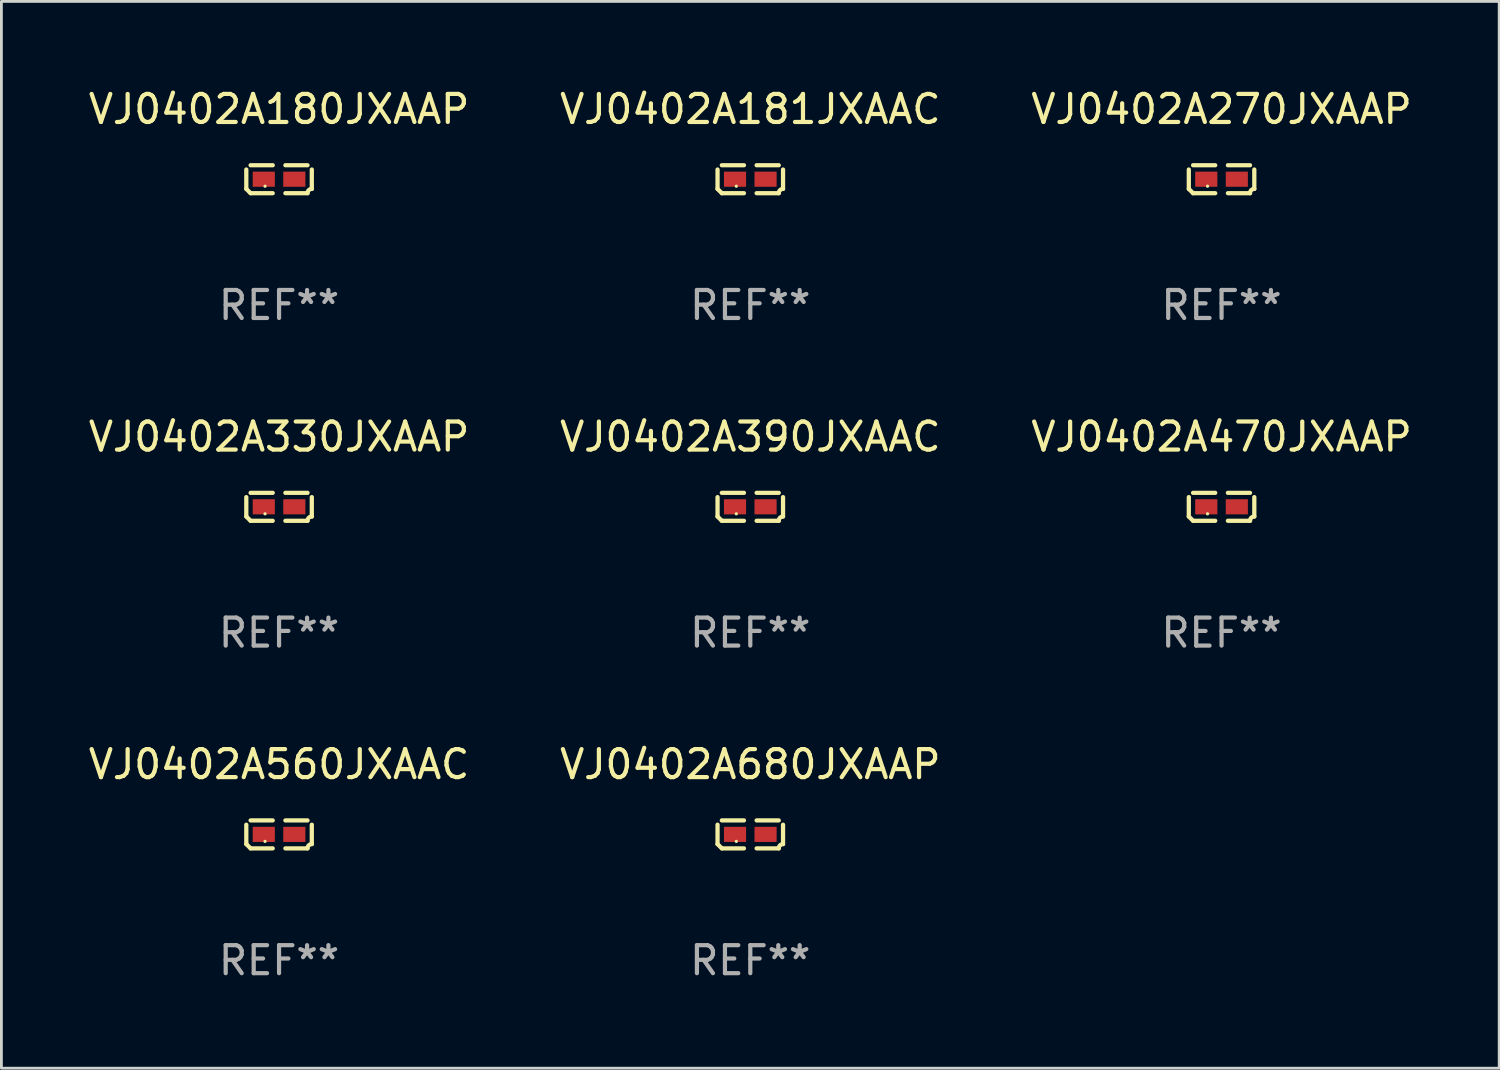
<source format=kicad_pcb>
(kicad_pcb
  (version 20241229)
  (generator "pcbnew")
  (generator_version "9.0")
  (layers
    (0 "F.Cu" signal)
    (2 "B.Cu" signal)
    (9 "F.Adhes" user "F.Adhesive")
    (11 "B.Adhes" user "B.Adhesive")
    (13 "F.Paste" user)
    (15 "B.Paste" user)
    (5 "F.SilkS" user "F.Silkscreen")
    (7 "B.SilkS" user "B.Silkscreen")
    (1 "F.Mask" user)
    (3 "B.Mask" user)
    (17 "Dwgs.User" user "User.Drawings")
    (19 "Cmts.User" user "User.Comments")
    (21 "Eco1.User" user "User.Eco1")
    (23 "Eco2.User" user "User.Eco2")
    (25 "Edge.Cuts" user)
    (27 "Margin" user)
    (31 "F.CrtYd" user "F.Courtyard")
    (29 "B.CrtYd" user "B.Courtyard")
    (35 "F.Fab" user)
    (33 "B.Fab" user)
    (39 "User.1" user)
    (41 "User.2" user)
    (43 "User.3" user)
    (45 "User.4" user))
  (footprint "VJ0402A680JXAAP"
    (layer "F.Cu")
    (at 23.732 26.734)
    (property "Reference" "VJ0402A680JXAAP" (at 0 -2.499 0) (layer "F.SilkS") (effects (font (size 1 1) (thickness 0.15))))
    (attr through_hole)
    (fp_line (start -1.169 0.346) (end -1.169 -0.346) (stroke (width 0.152) (type solid)) (layer "F.SilkS"))
    (fp_line (start -1.016 -0.499) (end -0.226 -0.499) (stroke (width 0.152) (type solid)) (layer "F.SilkS"))
    (fp_line (start -0.226 0.499) (end -1.016 0.499) (stroke (width 0.152) (type solid)) (layer "F.SilkS"))
    (fp_line (start 0.226 0.499) (end 1.016 0.499) (stroke (width 0.152) (type solid)) (layer "F.SilkS"))
    (fp_line (start 1.016 -0.499) (end 0.226 -0.499) (stroke (width 0.152) (type solid)) (layer "F.SilkS"))
    (fp_line (start 1.169 0.346) (end 1.169 -0.346) (stroke (width 0.152) (type solid)) (layer "F.SilkS"))
    (fp_arc (start -1.016307 0.498603) (mid -1.092512 0.422405) (end -1.16871 0.3462) (stroke (width 0.1524) (type solid)) (layer "F.SilkS"))
    (fp_arc (start 1.016307 0.498603) (mid 1.060899 0.390758) (end 1.168707 0.346076) (stroke (width 0.1524) (type solid)) (layer "F.SilkS"))
    (fp_circle (center -0.5 0.25) (end -0.47 0.25) (stroke (width 0.06) (type solid)) (fill no) (layer "F.SilkS"))
    (fp_text user "REF**" (at 0 4.499 0) (layer "F.Fab") (effects (font (size 1 1) (thickness 0.15))))
    (pad "1" smd rect (at -0.545 0) (size 0.79 0.54) (layers "F.Cu" "F.Mask" "F.Paste"))
    (pad "2" smd rect (at 0.545 0) (size 0.79 0.54) (layers "F.Cu" "F.Mask" "F.Paste")))
  (footprint "VJ0402A470JXAAP"
    (layer "F.Cu")
    (at 40.554 15.041)
    (property "Reference" "VJ0402A470JXAAP" (at 0 -2.499 0) (layer "F.SilkS") (effects (font (size 1 1) (thickness 0.15))))
    (attr through_hole)
    (fp_line (start -1.169 0.346) (end -1.169 -0.346) (stroke (width 0.152) (type solid)) (layer "F.SilkS"))
    (fp_line (start -1.016 -0.499) (end -0.226 -0.499) (stroke (width 0.152) (type solid)) (layer "F.SilkS"))
    (fp_line (start -0.226 0.499) (end -1.016 0.499) (stroke (width 0.152) (type solid)) (layer "F.SilkS"))
    (fp_line (start 0.226 0.499) (end 1.016 0.499) (stroke (width 0.152) (type solid)) (layer "F.SilkS"))
    (fp_line (start 1.016 -0.499) (end 0.226 -0.499) (stroke (width 0.152) (type solid)) (layer "F.SilkS"))
    (fp_line (start 1.169 0.346) (end 1.169 -0.346) (stroke (width 0.152) (type solid)) (layer "F.SilkS"))
    (fp_arc (start -1.016307 0.498603) (mid -1.092512 0.422405) (end -1.16871 0.3462) (stroke (width 0.1524) (type solid)) (layer "F.SilkS"))
    (fp_arc (start 1.016307 0.498603) (mid 1.060899 0.390758) (end 1.168707 0.346076) (stroke (width 0.1524) (type solid)) (layer "F.SilkS"))
    (fp_circle (center -0.5 0.25) (end -0.47 0.25) (stroke (width 0.06) (type solid)) (fill no) (layer "F.SilkS"))
    (fp_text user "REF**" (at 0 4.499 0) (layer "F.Fab") (effects (font (size 1 1) (thickness 0.15))))
    (pad "1" smd rect (at -0.545 0) (size 0.79 0.54) (layers "F.Cu" "F.Mask" "F.Paste"))
    (pad "2" smd rect (at 0.545 0) (size 0.79 0.54) (layers "F.Cu" "F.Mask" "F.Paste")))
  (footprint "VJ0402A560JXAAC"
    (layer "F.Cu")
    (at 6.911 26.734)
    (property "Reference" "VJ0402A560JXAAC" (at 0 -2.499 0) (layer "F.SilkS") (effects (font (size 1 1) (thickness 0.15))))
    (attr through_hole)
    (fp_line (start -1.169 0.346) (end -1.169 -0.346) (stroke (width 0.152) (type solid)) (layer "F.SilkS"))
    (fp_line (start -1.016 -0.499) (end -0.226 -0.499) (stroke (width 0.152) (type solid)) (layer "F.SilkS"))
    (fp_line (start -0.226 0.499) (end -1.016 0.499) (stroke (width 0.152) (type solid)) (layer "F.SilkS"))
    (fp_line (start 0.226 0.499) (end 1.016 0.499) (stroke (width 0.152) (type solid)) (layer "F.SilkS"))
    (fp_line (start 1.016 -0.499) (end 0.226 -0.499) (stroke (width 0.152) (type solid)) (layer "F.SilkS"))
    (fp_line (start 1.169 0.346) (end 1.169 -0.346) (stroke (width 0.152) (type solid)) (layer "F.SilkS"))
    (fp_arc (start -1.016307 0.498603) (mid -1.092512 0.422405) (end -1.16871 0.3462) (stroke (width 0.1524) (type solid)) (layer "F.SilkS"))
    (fp_arc (start 1.016307 0.498603) (mid 1.060899 0.390758) (end 1.168707 0.346076) (stroke (width 0.1524) (type solid)) (layer "F.SilkS"))
    (fp_circle (center -0.5 0.25) (end -0.47 0.25) (stroke (width 0.06) (type solid)) (fill no) (layer "F.SilkS"))
    (fp_text user "REF**" (at 0 4.499 0) (layer "F.Fab") (effects (font (size 1 1) (thickness 0.15))))
    (pad "1" smd rect (at -0.545 0) (size 0.79 0.54) (layers "F.Cu" "F.Mask" "F.Paste"))
    (pad "2" smd rect (at 0.545 0) (size 0.79 0.54) (layers "F.Cu" "F.Mask" "F.Paste")))
  (footprint "VJ0402A181JXAAC"
    (layer "F.Cu")
    (at 23.732 3.347)
    (property "Reference" "VJ0402A181JXAAC" (at 0 -2.499 0) (layer "F.SilkS") (effects (font (size 1 1) (thickness 0.15))))
    (attr through_hole)
    (fp_line (start -1.169 0.346) (end -1.169 -0.346) (stroke (width 0.152) (type solid)) (layer "F.SilkS"))
    (fp_line (start -1.016 -0.499) (end -0.226 -0.499) (stroke (width 0.152) (type solid)) (layer "F.SilkS"))
    (fp_line (start -0.226 0.499) (end -1.016 0.499) (stroke (width 0.152) (type solid)) (layer "F.SilkS"))
    (fp_line (start 0.226 0.499) (end 1.016 0.499) (stroke (width 0.152) (type solid)) (layer "F.SilkS"))
    (fp_line (start 1.016 -0.499) (end 0.226 -0.499) (stroke (width 0.152) (type solid)) (layer "F.SilkS"))
    (fp_line (start 1.169 0.346) (end 1.169 -0.346) (stroke (width 0.152) (type solid)) (layer "F.SilkS"))
    (fp_arc (start -1.016307 0.498603) (mid -1.092512 0.422405) (end -1.16871 0.3462) (stroke (width 0.1524) (type solid)) (layer "F.SilkS"))
    (fp_arc (start 1.016307 0.498603) (mid 1.060899 0.390758) (end 1.168707 0.346076) (stroke (width 0.1524) (type solid)) (layer "F.SilkS"))
    (fp_circle (center -0.5 0.25) (end -0.47 0.25) (stroke (width 0.06) (type solid)) (fill no) (layer "F.SilkS"))
    (fp_text user "REF**" (at 0 4.499 0) (layer "F.Fab") (effects (font (size 1 1) (thickness 0.15))))
    (pad "1" smd rect (at -0.545 0) (size 0.79 0.54) (layers "F.Cu" "F.Mask" "F.Paste"))
    (pad "2" smd rect (at 0.545 0) (size 0.79 0.54) (layers "F.Cu" "F.Mask" "F.Paste")))
  (footprint "VJ0402A390JXAAC"
    (layer "F.Cu")
    (at 23.732 15.041)
    (property "Reference" "VJ0402A390JXAAC" (at 0 -2.499 0) (layer "F.SilkS") (effects (font (size 1 1) (thickness 0.15))))
    (attr through_hole)
    (fp_line (start -1.169 0.346) (end -1.169 -0.346) (stroke (width 0.152) (type solid)) (layer "F.SilkS"))
    (fp_line (start -1.016 -0.499) (end -0.226 -0.499) (stroke (width 0.152) (type solid)) (layer "F.SilkS"))
    (fp_line (start -0.226 0.499) (end -1.016 0.499) (stroke (width 0.152) (type solid)) (layer "F.SilkS"))
    (fp_line (start 0.226 0.499) (end 1.016 0.499) (stroke (width 0.152) (type solid)) (layer "F.SilkS"))
    (fp_line (start 1.016 -0.499) (end 0.226 -0.499) (stroke (width 0.152) (type solid)) (layer "F.SilkS"))
    (fp_line (start 1.169 0.346) (end 1.169 -0.346) (stroke (width 0.152) (type solid)) (layer "F.SilkS"))
    (fp_arc (start -1.016307 0.498603) (mid -1.092512 0.422405) (end -1.16871 0.3462) (stroke (width 0.1524) (type solid)) (layer "F.SilkS"))
    (fp_arc (start 1.016307 0.498603) (mid 1.060899 0.390758) (end 1.168707 0.346076) (stroke (width 0.1524) (type solid)) (layer "F.SilkS"))
    (fp_circle (center -0.5 0.25) (end -0.47 0.25) (stroke (width 0.06) (type solid)) (fill no) (layer "F.SilkS"))
    (fp_text user "REF**" (at 0 4.499 0) (layer "F.Fab") (effects (font (size 1 1) (thickness 0.15))))
    (pad "1" smd rect (at -0.545 0) (size 0.79 0.54) (layers "F.Cu" "F.Mask" "F.Paste"))
    (pad "2" smd rect (at 0.545 0) (size 0.79 0.54) (layers "F.Cu" "F.Mask" "F.Paste")))
  (footprint "VJ0402A330JXAAP"
    (layer "F.Cu")
    (at 6.911 15.041)
    (property "Reference" "VJ0402A330JXAAP" (at 0 -2.499 0) (layer "F.SilkS") (effects (font (size 1 1) (thickness 0.15))))
    (attr through_hole)
    (fp_line (start -1.169 0.346) (end -1.169 -0.346) (stroke (width 0.152) (type solid)) (layer "F.SilkS"))
    (fp_line (start -1.016 -0.499) (end -0.226 -0.499) (stroke (width 0.152) (type solid)) (layer "F.SilkS"))
    (fp_line (start -0.226 0.499) (end -1.016 0.499) (stroke (width 0.152) (type solid)) (layer "F.SilkS"))
    (fp_line (start 0.226 0.499) (end 1.016 0.499) (stroke (width 0.152) (type solid)) (layer "F.SilkS"))
    (fp_line (start 1.016 -0.499) (end 0.226 -0.499) (stroke (width 0.152) (type solid)) (layer "F.SilkS"))
    (fp_line (start 1.169 0.346) (end 1.169 -0.346) (stroke (width 0.152) (type solid)) (layer "F.SilkS"))
    (fp_arc (start -1.016307 0.498603) (mid -1.092512 0.422405) (end -1.16871 0.3462) (stroke (width 0.1524) (type solid)) (layer "F.SilkS"))
    (fp_arc (start 1.016307 0.498603) (mid 1.060899 0.390758) (end 1.168707 0.346076) (stroke (width 0.1524) (type solid)) (layer "F.SilkS"))
    (fp_circle (center -0.5 0.25) (end -0.47 0.25) (stroke (width 0.06) (type solid)) (fill no) (layer "F.SilkS"))
    (fp_text user "REF**" (at 0 4.499 0) (layer "F.Fab") (effects (font (size 1 1) (thickness 0.15))))
    (pad "1" smd rect (at -0.545 0) (size 0.79 0.54) (layers "F.Cu" "F.Mask" "F.Paste"))
    (pad "2" smd rect (at 0.545 0) (size 0.79 0.54) (layers "F.Cu" "F.Mask" "F.Paste")))
  (footprint "VJ0402A270JXAAP"
    (layer "F.Cu")
    (at 40.554 3.347)
    (property "Reference" "VJ0402A270JXAAP" (at 0 -2.499 0) (layer "F.SilkS") (effects (font (size 1 1) (thickness 0.15))))
    (attr through_hole)
    (fp_line (start -1.169 0.346) (end -1.169 -0.346) (stroke (width 0.152) (type solid)) (layer "F.SilkS"))
    (fp_line (start -1.016 -0.499) (end -0.226 -0.499) (stroke (width 0.152) (type solid)) (layer "F.SilkS"))
    (fp_line (start -0.226 0.499) (end -1.016 0.499) (stroke (width 0.152) (type solid)) (layer "F.SilkS"))
    (fp_line (start 0.226 0.499) (end 1.016 0.499) (stroke (width 0.152) (type solid)) (layer "F.SilkS"))
    (fp_line (start 1.016 -0.499) (end 0.226 -0.499) (stroke (width 0.152) (type solid)) (layer "F.SilkS"))
    (fp_line (start 1.169 0.346) (end 1.169 -0.346) (stroke (width 0.152) (type solid)) (layer "F.SilkS"))
    (fp_arc (start -1.016307 0.498603) (mid -1.092512 0.422405) (end -1.16871 0.3462) (stroke (width 0.1524) (type solid)) (layer "F.SilkS"))
    (fp_arc (start 1.016307 0.498603) (mid 1.060899 0.390758) (end 1.168707 0.346076) (stroke (width 0.1524) (type solid)) (layer "F.SilkS"))
    (fp_circle (center -0.5 0.25) (end -0.47 0.25) (stroke (width 0.06) (type solid)) (fill no) (layer "F.SilkS"))
    (fp_text user "REF**" (at 0 4.499 0) (layer "F.Fab") (effects (font (size 1 1) (thickness 0.15))))
    (pad "1" smd rect (at -0.545 0) (size 0.79 0.54) (layers "F.Cu" "F.Mask" "F.Paste"))
    (pad "2" smd rect (at 0.545 0) (size 0.79 0.54) (layers "F.Cu" "F.Mask" "F.Paste")))
  (footprint "VJ0402A180JXAAP"
    (layer "F.Cu")
    (at 6.911 3.347)
    (property "Reference" "VJ0402A180JXAAP" (at 0 -2.499 0) (layer "F.SilkS") (effects (font (size 1 1) (thickness 0.15))))
    (attr through_hole)
    (fp_line (start -1.169 0.346) (end -1.169 -0.346) (stroke (width 0.152) (type solid)) (layer "F.SilkS"))
    (fp_line (start -1.016 -0.499) (end -0.226 -0.499) (stroke (width 0.152) (type solid)) (layer "F.SilkS"))
    (fp_line (start -0.226 0.499) (end -1.016 0.499) (stroke (width 0.152) (type solid)) (layer "F.SilkS"))
    (fp_line (start 0.226 0.499) (end 1.016 0.499) (stroke (width 0.152) (type solid)) (layer "F.SilkS"))
    (fp_line (start 1.016 -0.499) (end 0.226 -0.499) (stroke (width 0.152) (type solid)) (layer "F.SilkS"))
    (fp_line (start 1.169 0.346) (end 1.169 -0.346) (stroke (width 0.152) (type solid)) (layer "F.SilkS"))
    (fp_arc (start -1.016307 0.498603) (mid -1.092512 0.422405) (end -1.16871 0.3462) (stroke (width 0.1524) (type solid)) (layer "F.SilkS"))
    (fp_arc (start 1.016307 0.498603) (mid 1.060899 0.390758) (end 1.168707 0.346076) (stroke (width 0.1524) (type solid)) (layer "F.SilkS"))
    (fp_circle (center -0.5 0.25) (end -0.47 0.25) (stroke (width 0.06) (type solid)) (fill no) (layer "F.SilkS"))
    (fp_text user "REF**" (at 0 4.499 0) (layer "F.Fab") (effects (font (size 1 1) (thickness 0.15))))
    (pad "1" smd rect (at -0.545 0) (size 0.79 0.54) (layers "F.Cu" "F.Mask" "F.Paste"))
    (pad "2" smd rect (at 0.545 0) (size 0.79 0.54) (layers "F.Cu" "F.Mask" "F.Paste")))
  (gr_rect
    (start -3 -3)
    (end 50.464 35.081)
    (stroke (width 0.1) (type default))
    (fill no)
    (layer "Edge.Cuts")))
</source>
